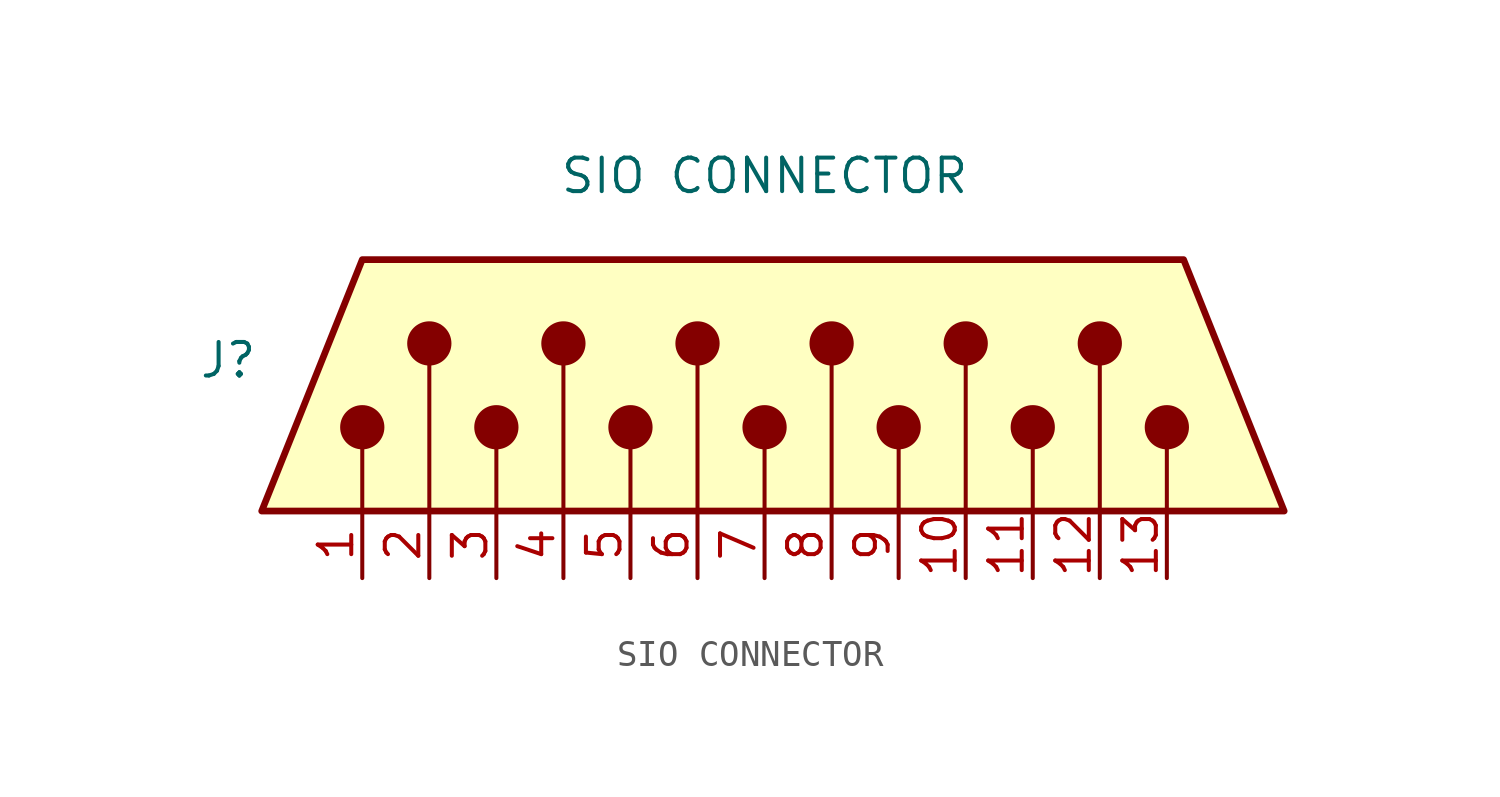
<source format=kicad_sym>
(kicad_symbol_lib
  (version 20231120)
  (generator "kicad_symbol_editor")
  (generator_version "8.0")
  (symbol "SIO CONNECTOR"
    (property "Reference" "J"
      (at 1.27 5.715 0)
      (effects (font (size 1.27 1.27))))
    (property "Value" "SIO CONNECTOR"
      (at 21.59 12.7 0)
      (effects (font (size 1.27 1.27))))
    (symbol "SIO CONNECTOR_0_0"
      (polyline (pts (xy 6.35 0) (xy 6.35 3.175)) (stroke (width 0) (type default)) (fill (type none)))
      (polyline (pts (xy 8.89 6.35) (xy 8.89 0)) (stroke (width 0) (type default)) (fill (type none)))
      (polyline (pts (xy 11.43 3.175) (xy 11.43 0)) (stroke (width 0) (type default)) (fill (type none)))
      (polyline (pts (xy 13.97 6.35) (xy 13.97 0)) (stroke (width 0) (type default)) (fill (type none)))
      (polyline (pts (xy 16.51 3.175) (xy 16.51 0)) (stroke (width 0) (type default)) (fill (type none)))
      (polyline (pts (xy 19.05 6.35) (xy 19.05 0)) (stroke (width 0) (type default)) (fill (type none)))
      (polyline (pts (xy 21.59 3.175) (xy 21.59 0)) (stroke (width 0) (type default)) (fill (type none)))
      (polyline (pts (xy 24.13 6.35) (xy 24.13 0)) (stroke (width 0) (type default)) (fill (type none)))
      (polyline (pts (xy 26.67 3.175) (xy 26.67 0)) (stroke (width 0) (type default)) (fill (type none)))
      (polyline (pts (xy 29.21 6.35) (xy 29.21 0)) (stroke (width 0) (type default)) (fill (type none)))
      (polyline (pts (xy 31.75 3.175) (xy 31.75 0)) (stroke (width 0) (type default)) (fill (type none)))
      (polyline (pts (xy 34.29 6.35) (xy 34.29 0)) (stroke (width 0) (type default)) (fill (type none)))
      (polyline (pts (xy 36.83 3.175) (xy 36.83 0)) (stroke (width 0) (type default)) (fill (type none))))
    (symbol "SIO CONNECTOR_0_1"
      (polyline (pts (xy 41.275 0) (xy 37.465 9.525) (xy 6.35 9.525) (xy 2.54 0) (xy 41.275 0)) (stroke (width 0.254) (type default)) (fill (type background)))
      (circle (center 6.35 3.175) (radius 0.762) (stroke (width 0) (type default)) (fill (type outline)))
      (circle (center 8.89 6.35) (radius 0.762) (stroke (width 0) (type default)) (fill (type outline)))
      (circle (center 11.43 3.175) (radius 0.762) (stroke (width 0) (type default)) (fill (type outline)))
      (circle (center 13.97 6.35) (radius 0.762) (stroke (width 0) (type default)) (fill (type outline)))
      (circle (center 16.51 3.175) (radius 0.762) (stroke (width 0) (type default)) (fill (type outline)))
      (circle (center 19.05 6.35) (radius 0.762) (stroke (width 0) (type default)) (fill (type outline)))
      (circle (center 21.59 3.175) (radius 0.762) (stroke (width 0) (type default)) (fill (type outline)))
      (circle (center 24.13 6.35) (radius 0.762) (stroke (width 0) (type default)) (fill (type outline)))
      (circle (center 26.67 3.175) (radius 0.762) (stroke (width 0) (type default)) (fill (type outline)))
      (circle (center 29.21 6.35) (radius 0.762) (stroke (width 0) (type default)) (fill (type outline)))
      (circle (center 31.75 3.175) (radius 0.762) (stroke (width 0) (type default)) (fill (type outline)))
      (circle (center 34.29 6.35) (radius 0.762) (stroke (width 0) (type default)) (fill (type outline)))
      (circle (center 36.83 3.175) (radius 0.762) (stroke (width 0) (type default)) (fill (type outline))))
    (symbol "SIO CONNECTOR_1_1"
      (pin input line (at 6.35 -2.54 90) (length 2.54) (name "" (effects (font (size 1.27 1.27)))) (number "1" (effects (font (size 1.27 1.27)))))
      (pin input line (at 29.21 -2.54 90) (length 2.54) (name "" (effects (font (size 1.27 1.27)))) (number "10" (effects (font (size 1.27 1.27)))))
      (pin input line (at 31.75 -2.54 90) (length 2.54) (name "" (effects (font (size 1.27 1.27)))) (number "11" (effects (font (size 1.27 1.27)))))
      (pin input line (at 34.29 -2.54 90) (length 2.54) (name "" (effects (font (size 1.27 1.27)))) (number "12" (effects (font (size 1.27 1.27)))))
      (pin input line (at 36.83 -2.54 90) (length 2.54) (name "" (effects (font (size 1.27 1.27)))) (number "13" (effects (font (size 1.27 1.27)))))
      (pin input line (at 8.89 -2.54 90) (length 2.54) (name "" (effects (font (size 1.27 1.27)))) (number "2" (effects (font (size 1.27 1.27)))))
      (pin input line (at 11.43 -2.54 90) (length 2.54) (name "" (effects (font (size 1.27 1.27)))) (number "3" (effects (font (size 1.27 1.27)))))
      (pin input line (at 13.97 -2.54 90) (length 2.54) (name "" (effects (font (size 1.27 1.27)))) (number "4" (effects (font (size 1.27 1.27)))))
      (pin input line (at 16.51 -2.54 90) (length 2.54) (name "" (effects (font (size 1.27 1.27)))) (number "5" (effects (font (size 1.27 1.27)))))
      (pin input line (at 19.05 -2.54 90) (length 2.54) (name "" (effects (font (size 1.27 1.27)))) (number "6" (effects (font (size 1.27 1.27)))))
      (pin input line (at 21.59 -2.54 90) (length 2.54) (name "" (effects (font (size 1.27 1.27)))) (number "7" (effects (font (size 1.27 1.27)))))
      (pin input line (at 24.13 -2.54 90) (length 2.54) (name "" (effects (font (size 1.27 1.27)))) (number "8" (effects (font (size 1.27 1.27)))))
      (pin input line (at 26.67 -2.54 90) (length 2.54) (name "" (effects (font (size 1.27 1.27)))) (number "9" (effects (font (size 1.27 1.27))))))))
</source>
